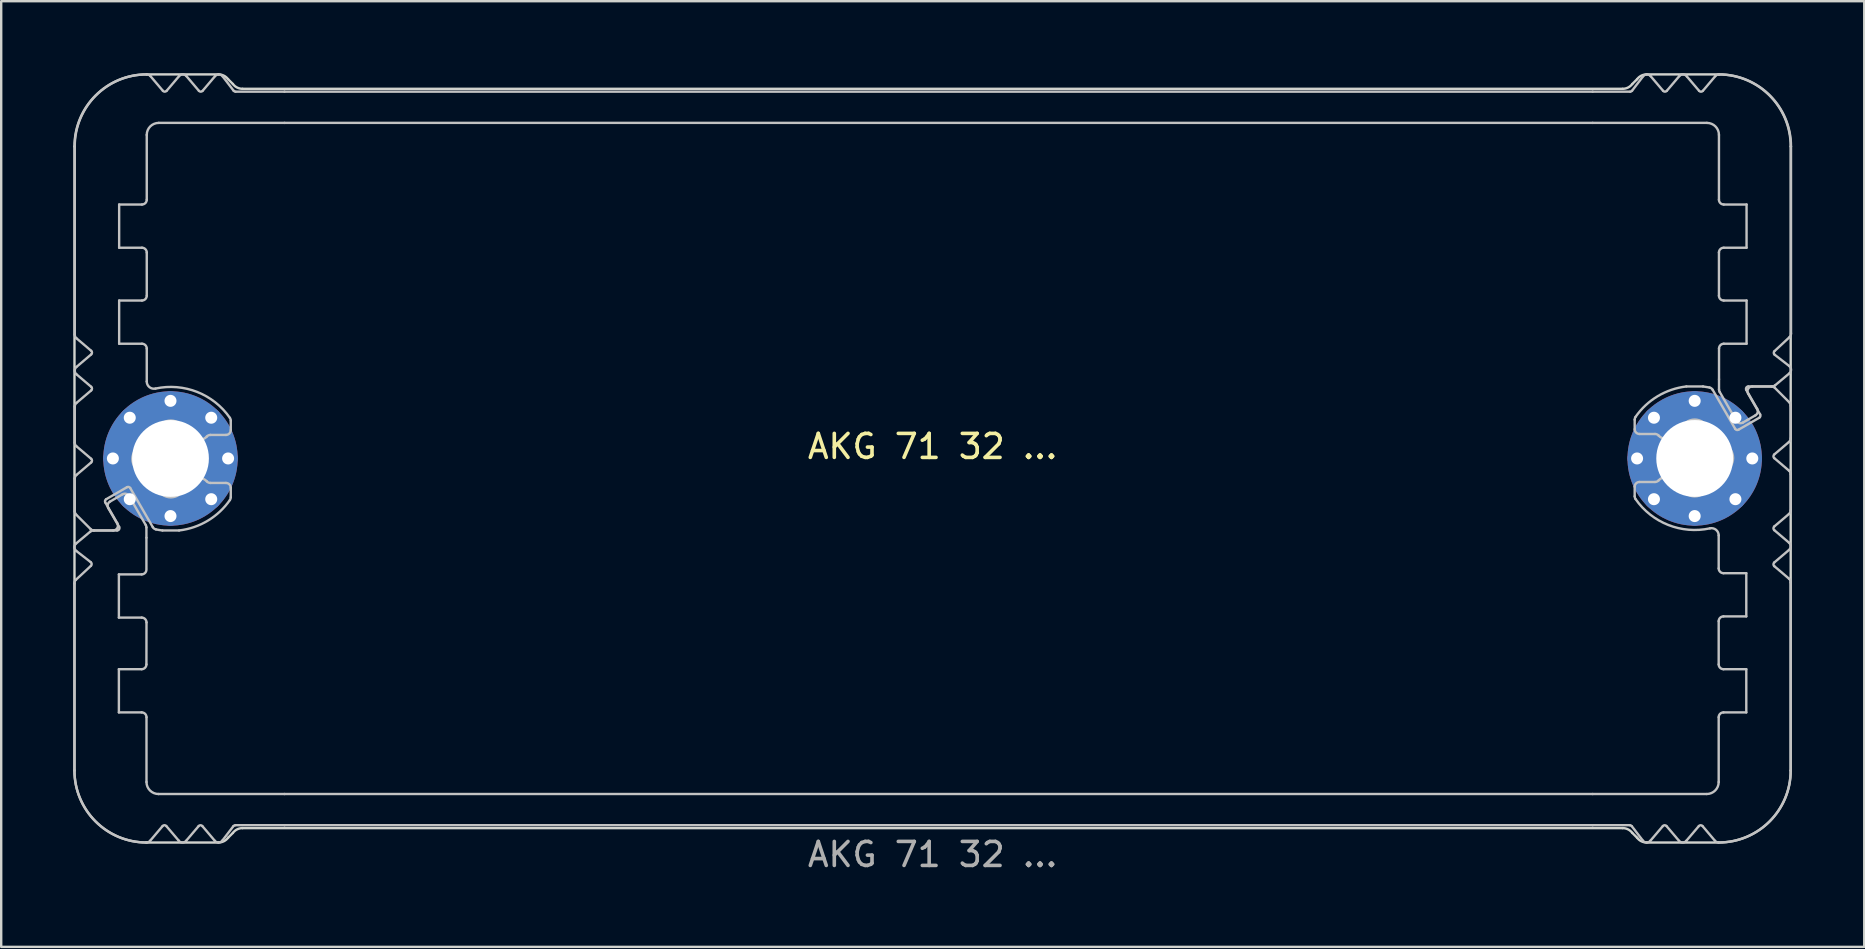
<source format=kicad_pcb>
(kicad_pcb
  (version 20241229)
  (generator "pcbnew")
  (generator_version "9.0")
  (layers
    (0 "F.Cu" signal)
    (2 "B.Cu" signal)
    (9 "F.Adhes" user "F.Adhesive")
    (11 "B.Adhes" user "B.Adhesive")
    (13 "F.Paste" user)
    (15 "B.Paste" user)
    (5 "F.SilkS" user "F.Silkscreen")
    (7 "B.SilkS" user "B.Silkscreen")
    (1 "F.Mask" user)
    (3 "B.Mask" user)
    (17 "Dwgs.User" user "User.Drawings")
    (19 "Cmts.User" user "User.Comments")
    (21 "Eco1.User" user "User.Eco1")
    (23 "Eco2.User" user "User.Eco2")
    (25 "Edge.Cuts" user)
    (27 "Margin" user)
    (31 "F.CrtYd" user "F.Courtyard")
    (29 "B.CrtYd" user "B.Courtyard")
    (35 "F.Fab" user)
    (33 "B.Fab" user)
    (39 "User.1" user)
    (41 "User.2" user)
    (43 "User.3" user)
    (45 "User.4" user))
  (footprint "AKG 71 32 ..."
    (layer "F.Cu")
    (at 35.803 16.05)
    (property "Reference" "AKG 71 32 ..." (at 0 -0.5 0) (unlocked yes) (layer "F.SilkS") (effects (font (size 1 1) (thickness 0.15))))
    (attr exclude_from_pos_files dnp)
    (fp_rect (start -28.25 -15.3) (end 27.704 -14) (stroke (width 0.1) (type solid)) (fill yes) (layer "B.Mask"))
    (fp_rect (start -28.2 14) (end 27.704 15.3) (stroke (width 0.1) (type solid)) (fill yes) (layer "B.Mask"))
    (fp_poly (pts (xy -29.15 -15.3) (xy -28.25 -15.3) (xy -28.25 -14) (xy -32.75 -14) (xy -32.75 -16) (xy -32.05 -15.2) (xy -31.3 -16) (xy -30.55 -15.2) (xy -29.8 -16)) (stroke (width 0.1) (type solid)) (fill yes) (layer "B.Mask"))
    (fp_poly (pts (xy -29.1 15.3) (xy -28.2 15.3) (xy -28.2 14) (xy -32.7 14) (xy -32.7 16) (xy -32 15.2) (xy -31.25 16) (xy -30.5 15.2) (xy -29.75 16)) (stroke (width 0.1) (type solid)) (fill yes) (layer "B.Mask"))
    (fp_poly (pts (xy 29.104 -15.3) (xy 27.704 -15.3) (xy 27.704 -14) (xy 32.704 -14) (xy 32.704 -16) (xy 32.004 -15.2) (xy 31.254 -16) (xy 30.504 -15.2) (xy 29.754 -16)) (stroke (width 0.1) (type solid)) (fill yes) (layer "B.Mask"))
    (fp_poly (pts (xy 29.104 15.3) (xy 27.704 15.3) (xy 27.704 14) (xy 32.704 14) (xy 32.704 16) (xy 32.004 15.2) (xy 31.254 16) (xy 30.504 15.2) (xy 29.754 16)) (stroke (width 0.1) (type solid)) (fill yes) (layer "B.Mask"))
    (fp_poly (pts (xy -32.8 10.6) (xy -33.9 10.6) (xy -33.9 8.8) (xy -32.8 8.8) (xy -32.796 6.7) (xy -33.896 6.7) (xy -33.896 4.7) (xy -32.796 4.7) (xy -32.796 0.1) (xy -34.896 0.1) (xy -35.696 0.8) (xy -35.696 2.2) (xy -34.896 3) (xy -35.696 3.7) (xy -34.896 4.4) (xy -35.696 5.1) (xy -35.696 16) (xy -32.796 16)) (stroke (width 0.1) (type solid)) (fill yes) (layer "B.Mask"))
    (fp_poly (pts (xy -32.796 -10.6) (xy -33.8 -10.6) (xy -33.8 -8.8) (xy -32.8 -8.8) (xy -32.796 -6.7) (xy -33.896 -6.7) (xy -33.896 -4.7) (xy -32.796 -4.7) (xy -32.796 0.1) (xy -34.896 0.1) (xy -35.696 -0.6) (xy -35.696 -2.2) (xy -34.796 -2.9) (xy -35.696 -3.7) (xy -34.896 -4.4) (xy -35.696 -5.1) (xy -35.696 -16) (xy -32.796 -16)) (stroke (width 0.1) (type solid)) (fill yes) (layer "B.Mask"))
    (fp_poly (pts (xy 32.804 -10.6) (xy 33.9 -10.6) (xy 33.9 -8.8) (xy 32.8 -8.8) (xy 32.804 -6.7) (xy 33.904 -6.7) (xy 33.904 -4.7) (xy 32.804 -4.7) (xy 32.804 -0.1) (xy 34.904 -0.1) (xy 35.704 -0.8) (xy 35.704 -2.2) (xy 34.904 -3) (xy 35.704 -3.7) (xy 34.904 -4.4) (xy 35.704 -5.1) (xy 35.704 -16) (xy 32.804 -16)) (stroke (width 0.1) (type solid)) (fill yes) (layer "B.Mask"))
    (fp_poly (pts (xy 32.804 10.6) (xy 33.9 10.6) (xy 33.9 8.8) (xy 32.8 8.8) (xy 32.804 6.7) (xy 33.904 6.7) (xy 33.904 4.7) (xy 32.804 4.7) (xy 32.804 -0.1) (xy 34.904 -0.1) (xy 35.704 0.6) (xy 35.704 2.2) (xy 34.804 2.9) (xy 35.704 3.7) (xy 34.904 4.4) (xy 35.704 5.1) (xy 35.704 16) (xy 32.804 16)) (stroke (width 0.1) (type solid)) (fill yes) (layer "B.Mask"))
    (fp_line (start -35.752 13) (end -35.752 5.214) (stroke (width 0.1) (type solid)) (layer "Dwgs.User"))
    (fp_line (start -35.739 -0.66) (end -35.739 -2.16) (stroke (width 0.1) (type solid)) (layer "Dwgs.User"))
    (fp_line (start -35.739 2.197) (end -35.739 0.84) (stroke (width 0.1) (type solid)) (layer "Dwgs.User"))
    (fp_line (start -35.739 -5.171) (end -35.738 -12.959) (stroke (width 0.1) (type solid)) (layer "Dwgs.User"))
    (fp_line (start -35.689 5.053) (end -35.065 4.473) (stroke (width 0.1) (type solid)) (layer "Dwgs.User"))
    (fp_line (start -35.683 3.543) (end -35.089 3.046) (stroke (width 0.1) (type solid)) (layer "Dwgs.User"))
    (fp_line (start -35.669 -3.812) (end -35.055 -4.334) (stroke (width 0.1) (type solid)) (layer "Dwgs.User"))
    (fp_line (start -35.669 -2.312) (end -35.055 -2.834) (stroke (width 0.1) (type solid)) (layer "Dwgs.User"))
    (fp_line (start -35.669 0.688) (end -35.055 0.166) (stroke (width 0.1) (type solid)) (layer "Dwgs.User"))
    (fp_line (start -35.078 2.941) (end -35.681 2.339) (stroke (width 0.1) (type solid)) (layer "Dwgs.User"))
    (fp_line (start -35.072 4.321) (end -35.675 3.853) (stroke (width 0.1) (type solid)) (layer "Dwgs.User"))
    (fp_line (start -35.055 -4.486) (end -35.669 -5.008) (stroke (width 0.1) (type solid)) (layer "Dwgs.User"))
    (fp_line (start -35.055 -2.986) (end -35.669 -3.508) (stroke (width 0.1) (type solid)) (layer "Dwgs.User"))
    (fp_line (start -35.055 0.014) (end -35.669 -0.508) (stroke (width 0.1) (type solid)) (layer "Dwgs.User"))
    (fp_line (start -34.96 3) (end -33.977 3) (stroke (width 0.1) (type solid)) (layer "Dwgs.User"))
    (fp_line (start -34.466 1.834) (end -33.966 2.7) (stroke (width 0.1) (type solid)) (layer "Dwgs.User"))
    (fp_line (start -34.268 1.795) (end -33.933 1.602) (stroke (width 0.1) (type solid)) (layer "Dwgs.User"))
    (fp_line (start -34.139 3) (end -34.936 3) (stroke (width 0.1) (type solid)) (layer "Dwgs.User"))
    (fp_line (start -33.933 1.602) (end -33.749 1.495) (stroke (width 0.1) (type solid)) (layer "Dwgs.User"))
    (fp_line (start -33.9 4.83) (end -33.9 6.63) (stroke (width 0.1) (type solid)) (layer "Dwgs.User"))
    (fp_line (start -33.9 6.63) (end -32.95 6.63) (stroke (width 0.1) (type solid)) (layer "Dwgs.User"))
    (fp_line (start -33.9 8.78) (end -33.9 10.58) (stroke (width 0.1) (type solid)) (layer "Dwgs.User"))
    (fp_line (start -33.9 10.58) (end -32.95 10.58) (stroke (width 0.1) (type solid)) (layer "Dwgs.User"))
    (fp_line (start -33.89 2.85) (end -34.342 2.068) (stroke (width 0.1) (type solid)) (layer "Dwgs.User"))
    (fp_line (start -33.889 -10.58) (end -33.889 -8.78) (stroke (width 0.1) (type solid)) (layer "Dwgs.User"))
    (fp_line (start -33.889 -8.78) (end -32.939 -8.78) (stroke (width 0.1) (type solid)) (layer "Dwgs.User"))
    (fp_line (start -33.889 -6.58) (end -33.889 -4.78) (stroke (width 0.1) (type solid)) (layer "Dwgs.User"))
    (fp_line (start -33.889 -4.78) (end -32.939 -4.78) (stroke (width 0.1) (type solid)) (layer "Dwgs.User"))
    (fp_line (start -33.563 1.197) (end -34.429 1.697) (stroke (width 0.1) (type solid)) (layer "Dwgs.User"))
    (fp_line (start -33.475 1.568) (end -32.78 2.773) (stroke (width 0.1) (type solid)) (layer "Dwgs.User"))
    (fp_line (start -32.953 4.83) (end -33.9 4.83) (stroke (width 0.1) (type solid)) (layer "Dwgs.User"))
    (fp_line (start -32.953 8.78) (end -33.9 8.78) (stroke (width 0.1) (type solid)) (layer "Dwgs.User"))
    (fp_line (start -32.939 -10.58) (end -33.889 -10.58) (stroke (width 0.1) (type solid)) (layer "Dwgs.User"))
    (fp_line (start -32.939 -6.58) (end -33.889 -6.58) (stroke (width 0.1) (type solid)) (layer "Dwgs.User"))
    (fp_line (start -32.753 2.873) (end -32.753 3.3) (stroke (width 0.1) (type solid)) (layer "Dwgs.User"))
    (fp_line (start -32.753 3.305) (end -32.753 4.58) (stroke (width 0.1) (type solid)) (layer "Dwgs.User"))
    (fp_line (start -32.752 16) (end -32.752 16) (stroke (width 0.1) (type solid)) (layer "Dwgs.User"))
    (fp_line (start -32.751 16) (end -32.752 16) (stroke (width 0.1) (type solid)) (layer "Dwgs.User"))
    (fp_line (start -32.75 6.83) (end -32.753 8.58) (stroke (width 0.1) (type solid)) (layer "Dwgs.User"))
    (fp_line (start -32.75 10.78) (end -32.75 13.48) (stroke (width 0.1) (type solid)) (layer "Dwgs.User"))
    (fp_line (start -32.739 -13.48) (end -32.739 -10.78) (stroke (width 0.1) (type solid)) (layer "Dwgs.User"))
    (fp_line (start -32.739 -8.58) (end -32.739 -6.78) (stroke (width 0.1) (type solid)) (layer "Dwgs.User"))
    (fp_line (start -32.739 -4.58) (end -32.739 -3.205) (stroke (width 0.1) (type solid)) (layer "Dwgs.User"))
    (fp_line (start -32.586 -15.929) (end -32.065 -15.315) (stroke (width 0.1) (type solid)) (layer "Dwgs.User"))
    (fp_line (start -32.488 2.86) (end -33.427 1.234) (stroke (width 0.1) (type solid)) (layer "Dwgs.User"))
    (fp_line (start -32.25 13.98) (end -27 13.98) (stroke (width 0.1) (type solid)) (layer "Dwgs.User"))
    (fp_line (start -32.079 15.315) (end -32.599 15.929) (stroke (width 0.1) (type solid)) (layer "Dwgs.User"))
    (fp_line (start -31.913 -15.315) (end -31.392 -15.929) (stroke (width 0.1) (type solid)) (layer "Dwgs.User"))
    (fp_line (start -31.414 15.914) (end -31.924 15.315) (stroke (width 0.1) (type solid)) (layer "Dwgs.User"))
    (fp_line (start -31.393 3) (end -32.085 3) (stroke (width 0.1) (type solid)) (layer "Dwgs.User"))
    (fp_line (start -31.087 -15.929) (end -30.565 -15.315) (stroke (width 0.1) (type solid)) (layer "Dwgs.User"))
    (fp_line (start -30.576 15.315) (end -31.098 15.929) (stroke (width 0.1) (type solid)) (layer "Dwgs.User"))
    (fp_line (start -30.413 -15.315) (end -29.892 -15.929) (stroke (width 0.1) (type solid)) (layer "Dwgs.User"))
    (fp_line (start -30.088 1.02) (end -29.439 1.02) (stroke (width 0.1) (type solid)) (layer "Dwgs.User"))
    (fp_line (start -29.903 15.929) (end -30.424 15.315) (stroke (width 0.1) (type solid)) (layer "Dwgs.User"))
    (fp_line (start -29.58 -15.922) (end -29.119 -15.319) (stroke (width 0.1) (type solid)) (layer "Dwgs.User"))
    (fp_line (start -29.439 -0.98) (end -30.088 -0.98) (stroke (width 0.1) (type solid)) (layer "Dwgs.User"))
    (fp_line (start -29.239 -1.577) (end -29.239 -1.18) (stroke (width 0.1) (type solid)) (layer "Dwgs.User"))
    (fp_line (start -29.239 1.22) (end -29.239 1.617) (stroke (width 0.1) (type solid)) (layer "Dwgs.User"))
    (fp_line (start -29.129 15.319) (end -29.591 15.922) (stroke (width 0.1) (type solid)) (layer "Dwgs.User"))
    (fp_line (start -29.039 -15.28) (end -27 -15.28) (stroke (width 0.1) (type solid)) (layer "Dwgs.User"))
    (fp_line (start -27 -15.28) (end 27.5 -15.28) (stroke (width 0.1) (type solid)) (layer "Dwgs.User"))
    (fp_line (start -27 -13.98) (end -32.239 -13.98) (stroke (width 0.1) (type solid)) (layer "Dwgs.User"))
    (fp_line (start -27 -13.98) (end 27.5 -13.98) (stroke (width 0.1) (type solid)) (layer "Dwgs.User"))
    (fp_line (start -27 13.98) (end 27.5 13.98) (stroke (width 0.1) (type solid)) (layer "Dwgs.User"))
    (fp_line (start -27 15.28) (end -29.05 15.28) (stroke (width 0.1) (type solid)) (layer "Dwgs.User"))
    (fp_line (start -27 15.28) (end 27.5 15.28) (stroke (width 0.1) (type solid)) (layer "Dwgs.User"))
    (fp_line (start 27.5 -15.28) (end 29.059 -15.28) (stroke (width 0.1) (type solid)) (layer "Dwgs.User"))
    (fp_line (start 27.5 -13.98) (end 32.261 -13.98) (stroke (width 0.1) (type solid)) (layer "Dwgs.User"))
    (fp_line (start 27.5 13.98) (end 32.241 13.98) (stroke (width 0.1) (type solid)) (layer "Dwgs.User"))
    (fp_line (start 27.5 15.28) (end 29.05 15.28) (stroke (width 0.1) (type solid)) (layer "Dwgs.User"))
    (fp_line (start 29.14 -15.319) (end 29.602 -15.922) (stroke (width 0.1) (type solid)) (layer "Dwgs.User"))
    (fp_line (start 29.25 -1.22) (end 29.25 -1.617) (stroke (width 0.1) (type solid)) (layer "Dwgs.User"))
    (fp_line (start 29.25 1.577) (end 29.25 1.18) (stroke (width 0.1) (type solid)) (layer "Dwgs.User"))
    (fp_line (start 29.45 0.98) (end 30.099 0.98) (stroke (width 0.1) (type solid)) (layer "Dwgs.User"))
    (fp_line (start 29.591 15.922) (end 29.129 15.319) (stroke (width 0.1) (type solid)) (layer "Dwgs.User"))
    (fp_line (start 29.913 -15.929) (end 30.435 -15.315) (stroke (width 0.1) (type solid)) (layer "Dwgs.User"))
    (fp_line (start 30.099 -1.02) (end 29.45 -1.02) (stroke (width 0.1) (type solid)) (layer "Dwgs.User"))
    (fp_line (start 30.424 15.315) (end 29.902 15.929) (stroke (width 0.1) (type solid)) (layer "Dwgs.User"))
    (fp_line (start 30.587 -15.315) (end 31.108 -15.929) (stroke (width 0.1) (type solid)) (layer "Dwgs.User"))
    (fp_line (start 31.097 15.929) (end 30.576 15.315) (stroke (width 0.1) (type solid)) (layer "Dwgs.User"))
    (fp_line (start 31.404 -3) (end 32.096 -3) (stroke (width 0.1) (type solid)) (layer "Dwgs.User"))
    (fp_line (start 31.425 -15.914) (end 31.935 -15.315) (stroke (width 0.1) (type solid)) (layer "Dwgs.User"))
    (fp_line (start 31.924 15.315) (end 31.402 15.929) (stroke (width 0.1) (type solid)) (layer "Dwgs.User"))
    (fp_line (start 32.09 -15.315) (end 32.61 -15.929) (stroke (width 0.1) (type solid)) (layer "Dwgs.User"))
    (fp_line (start 32.499 -2.86) (end 33.438 -1.234) (stroke (width 0.1) (type solid)) (layer "Dwgs.User"))
    (fp_line (start 32.596 15.929) (end 32.076 15.315) (stroke (width 0.1) (type solid)) (layer "Dwgs.User"))
    (fp_line (start 32.75 4.58) (end 32.75 3.205) (stroke (width 0.1) (type solid)) (layer "Dwgs.User"))
    (fp_line (start 32.75 6.78) (end 32.75 8.577) (stroke (width 0.1) (type solid)) (layer "Dwgs.User"))
    (fp_line (start 32.75 13.48) (end 32.75 10.78) (stroke (width 0.1) (type solid)) (layer "Dwgs.User"))
    (fp_line (start 32.761 -10.78) (end 32.761 -13.48) (stroke (width 0.1) (type solid)) (layer "Dwgs.User"))
    (fp_line (start 32.761 -6.78) (end 32.761 -8.58) (stroke (width 0.1) (type solid)) (layer "Dwgs.User"))
    (fp_line (start 32.762 -16) (end 32.762 -16) (stroke (width 0.1) (type solid)) (layer "Dwgs.User"))
    (fp_line (start 32.762 -16) (end 32.763 -16) (stroke (width 0.1) (type solid)) (layer "Dwgs.User"))
    (fp_line (start 32.764 -3.305) (end 32.764 -4.58) (stroke (width 0.1) (type solid)) (layer "Dwgs.User"))
    (fp_line (start 32.764 -2.873) (end 32.764 -3.3) (stroke (width 0.1) (type solid)) (layer "Dwgs.User"))
    (fp_line (start 32.95 6.58) (end 33.9 6.58) (stroke (width 0.1) (type solid)) (layer "Dwgs.User"))
    (fp_line (start 32.95 10.58) (end 33.9 10.58) (stroke (width 0.1) (type solid)) (layer "Dwgs.User"))
    (fp_line (start 32.964 -4.78) (end 33.911 -4.78) (stroke (width 0.1) (type solid)) (layer "Dwgs.User"))
    (fp_line (start 32.971 -8.78) (end 33.911 -8.78) (stroke (width 0.1) (type solid)) (layer "Dwgs.User"))
    (fp_line (start 33.486 -1.568) (end 32.791 -2.773) (stroke (width 0.1) (type solid)) (layer "Dwgs.User"))
    (fp_line (start 33.574 -1.197) (end 34.44 -1.697) (stroke (width 0.1) (type solid)) (layer "Dwgs.User"))
    (fp_line (start 33.9 4.78) (end 32.95 4.78) (stroke (width 0.1) (type solid)) (layer "Dwgs.User"))
    (fp_line (start 33.9 6.58) (end 33.9 4.78) (stroke (width 0.1) (type solid)) (layer "Dwgs.User"))
    (fp_line (start 33.9 8.78) (end 32.95 8.78) (stroke (width 0.1) (type solid)) (layer "Dwgs.User"))
    (fp_line (start 33.9 10.58) (end 33.9 8.78) (stroke (width 0.1) (type solid)) (layer "Dwgs.User"))
    (fp_line (start 33.901 -2.85) (end 34.352 -2.068) (stroke (width 0.1) (type solid)) (layer "Dwgs.User"))
    (fp_line (start 33.911 -10.58) (end 32.961 -10.58) (stroke (width 0.1) (type solid)) (layer "Dwgs.User"))
    (fp_line (start 33.911 -8.78) (end 33.911 -10.58) (stroke (width 0.1) (type solid)) (layer "Dwgs.User"))
    (fp_line (start 33.911 -6.58) (end 32.961 -6.58) (stroke (width 0.1) (type solid)) (layer "Dwgs.User"))
    (fp_line (start 33.911 -4.78) (end 33.911 -6.58) (stroke (width 0.1) (type solid)) (layer "Dwgs.User"))
    (fp_line (start 33.944 -1.602) (end 33.759 -1.495) (stroke (width 0.1) (type solid)) (layer "Dwgs.User"))
    (fp_line (start 34.15 -3) (end 34.947 -3) (stroke (width 0.1) (type solid)) (layer "Dwgs.User"))
    (fp_line (start 34.279 -1.795) (end 33.944 -1.602) (stroke (width 0.1) (type solid)) (layer "Dwgs.User"))
    (fp_line (start 34.477 -1.834) (end 33.977 -2.7) (stroke (width 0.1) (type solid)) (layer "Dwgs.User"))
    (fp_line (start 34.971 -3) (end 33.988 -3) (stroke (width 0.1) (type solid)) (layer "Dwgs.User"))
    (fp_line (start 35.065 -0.014) (end 35.679 0.508) (stroke (width 0.1) (type solid)) (layer "Dwgs.User"))
    (fp_line (start 35.065 2.986) (end 35.679 3.508) (stroke (width 0.1) (type solid)) (layer "Dwgs.User"))
    (fp_line (start 35.065 4.486) (end 35.679 5.008) (stroke (width 0.1) (type solid)) (layer "Dwgs.User"))
    (fp_line (start 35.083 -4.321) (end 35.686 -3.853) (stroke (width 0.1) (type solid)) (layer "Dwgs.User"))
    (fp_line (start 35.089 -2.941) (end 35.691 -2.339) (stroke (width 0.1) (type solid)) (layer "Dwgs.User"))
    (fp_line (start 35.679 -0.688) (end 35.065 -0.166) (stroke (width 0.1) (type solid)) (layer "Dwgs.User"))
    (fp_line (start 35.679 2.312) (end 35.065 2.834) (stroke (width 0.1) (type solid)) (layer "Dwgs.User"))
    (fp_line (start 35.679 3.812) (end 35.065 4.334) (stroke (width 0.1) (type solid)) (layer "Dwgs.User"))
    (fp_line (start 35.693 -3.543) (end 35.099 -3.047) (stroke (width 0.1) (type solid)) (layer "Dwgs.User"))
    (fp_line (start 35.7 -5.053) (end 35.076 -4.473) (stroke (width 0.1) (type solid)) (layer "Dwgs.User"))
    (fp_line (start 35.75 5.171) (end 35.749 13) (stroke (width 0.1) (type solid)) (layer "Dwgs.User"))
    (fp_line (start 35.75 -2.197) (end 35.75 -0.84) (stroke (width 0.1) (type solid)) (layer "Dwgs.User"))
    (fp_line (start 35.75 0.66) (end 35.75 2.16) (stroke (width 0.1) (type solid)) (layer "Dwgs.User"))
    (fp_line (start 35.763 -13) (end 35.763 -5.215) (stroke (width 0.1) (type solid)) (layer "Dwgs.User"))
    (fp_arc (start -35.752431 5.214496) (mid -35.73921 5.126511) (end -35.689103 5.05299) (stroke (width 0.1) (type solid)) (layer "Dwgs.User"))
    (fp_arc (start -35.73919 -2.16003) (mid -35.720691 -2.24403) (end -35.668628 -2.312496) (stroke (width 0.1) (type solid)) (layer "Dwgs.User"))
    (fp_arc (start -35.73919 0.83997) (mid -35.720691 0.75597) (end -35.668628 0.687504) (stroke (width 0.1) (type solid)) (layer "Dwgs.User"))
    (fp_arc (start -35.738629 -13.00003) (mid -34.859776 -15.121528) (end -32.738132 -16.00003) (stroke (width 0.1) (type solid)) (layer "Dwgs.User"))
    (fp_arc (start -35.680611 2.338548) (mid -35.723952 2.273658) (end -35.73919 2.197127) (stroke (width 0.1) (type solid)) (layer "Dwgs.User"))
    (fp_arc (start -35.675499 3.853059) (mid -35.752937 3.699538) (end -35.682592 3.542641) (stroke (width 0.1) (type solid)) (layer "Dwgs.User"))
    (fp_arc (start -35.668628 -5.007564) (mid -35.723021 -5.081251) (end -35.738863 -5.171459) (stroke (width 0.1) (type solid)) (layer "Dwgs.User"))
    (fp_arc (start -35.668628 -3.507564) (mid -35.739188 -3.66003) (end -35.668628 -3.812496) (stroke (width 0.1) (type solid)) (layer "Dwgs.User"))
    (fp_arc (start -35.668628 -0.507564) (mid -35.720694 -0.576029) (end -35.73919 -0.66003) (stroke (width 0.1) (type solid)) (layer "Dwgs.User"))
    (fp_arc (start -35.088668 3.046481) (mid -35.028648 3.011946) (end -34.960445 2.99997) (stroke (width 0.1) (type solid)) (layer "Dwgs.User"))
    (fp_arc (start -35.071739 4.320925) (mid -35.033088 4.395508) (end -35.064937 4.473239) (stroke (width 0.1) (type solid)) (layer "Dwgs.User"))
    (fp_arc (start -35.054583 -4.486263) (mid -35.019295 -4.41003) (end -35.054583 -4.333797) (stroke (width 0.1) (type solid)) (layer "Dwgs.User"))
    (fp_arc (start -35.054583 -2.986263) (mid -35.019295 -2.91003) (end -35.054583 -2.833797) (stroke (width 0.1) (type solid)) (layer "Dwgs.User"))
    (fp_arc (start -35.054583 0.013737) (mid -35.019295 0.08997) (end -35.054583 0.166203) (stroke (width 0.1) (type solid)) (layer "Dwgs.User"))
    (fp_arc (start -34.936347 2.99997) (mid -35.012877 2.984729) (end -35.077769 2.941391) (stroke (width 0.1) (type solid)) (layer "Dwgs.User"))
    (fp_arc (start -34.465985 1.833944) (mid -34.475952 1.758068) (end -34.429382 1.697342) (stroke (width 0.1) (type solid)) (layer "Dwgs.User"))
    (fp_arc (start -34.341514 2.068343) (mid -34.361468 1.916586) (end -34.268309 1.795138) (stroke (width 0.1) (type solid)) (layer "Dwgs.User"))
    (fp_arc (start -33.965985 2.69997) (mid -33.965978 2.899974) (end -34.13919 2.99997) (stroke (width 0.1) (type solid)) (layer "Dwgs.User"))
    (fp_arc (start -33.890241 2.84997) (mid -33.890233 2.949975) (end -33.976844 2.99997) (stroke (width 0.1) (type solid)) (layer "Dwgs.User"))
    (fp_arc (start -33.748694 1.495138) (mid -33.596932 1.475166) (end -33.475489 1.568343) (stroke (width 0.1) (type solid)) (layer "Dwgs.User"))
    (fp_arc (start -33.563357 1.197342) (mid -33.487485 1.187387) (end -33.426754 1.233944) (stroke (width 0.1) (type solid)) (layer "Dwgs.User"))
    (fp_arc (start -32.950049 6.62997) (mid -32.808651 6.688572) (end -32.750049 6.82997) (stroke (width 0.1) (type solid)) (layer "Dwgs.User"))
    (fp_arc (start -32.950049 10.57997) (mid -32.808651 10.638572) (end -32.750049 10.77997) (stroke (width 0.1) (type solid)) (layer "Dwgs.User"))
    (fp_arc (start -32.93919 -8.78003) (mid -32.797772 -8.721448) (end -32.73919 -8.58003) (stroke (width 0.1) (type solid)) (layer "Dwgs.User"))
    (fp_arc (start -32.93919 -4.78003) (mid -32.797772 -4.721448) (end -32.73919 -4.58003) (stroke (width 0.1) (type solid)) (layer "Dwgs.User"))
    (fp_arc (start -32.90419 -0.556897) (mid -32.658426 -0.899266) (end -32.316057 -1.14503) (stroke (width 0.1) (type solid)) (layer "Dwgs.User"))
    (fp_arc (start -32.90419 0.596836) (mid -33.339189 0.01997) (end -32.90419 -0.556897) (stroke (width 0.1) (type solid)) (layer "Dwgs.User"))
    (fp_arc (start -32.779787 2.773333) (mid -32.759797 2.821567) (end -32.752992 2.873333) (stroke (width 0.1) (type solid)) (layer "Dwgs.User"))
    (fp_arc (start -32.752992 4.62997) (mid -32.811565 4.771397) (end -32.952992 4.82997) (stroke (width 0.1) (type solid)) (layer "Dwgs.User"))
    (fp_arc (start -32.752992 8.57997) (mid -32.811565 8.721397) (end -32.952992 8.77997) (stroke (width 0.1) (type solid)) (layer "Dwgs.User"))
    (fp_arc (start -32.751935 15.99997) (mid -34.873559 15.121448) (end -35.752431 12.99997) (stroke (width 0.1) (type solid)) (layer "Dwgs.User"))
    (fp_arc (start -32.73919 -13.48003) (mid -32.592738 -13.833578) (end -32.23919 -13.98003) (stroke (width 0.1) (type solid)) (layer "Dwgs.User"))
    (fp_arc (start -32.73919 -10.78003) (mid -32.797762 -10.638602) (end -32.93919 -10.58003) (stroke (width 0.1) (type solid)) (layer "Dwgs.User"))
    (fp_arc (start -32.73919 -6.78003) (mid -32.797762 -6.638602) (end -32.93919 -6.58003) (stroke (width 0.1) (type solid)) (layer "Dwgs.User"))
    (fp_arc (start -32.738132 -16.00003) (mid -32.654059 -15.98147) (end -32.585563 -15.929306) (stroke (width 0.1) (type solid)) (layer "Dwgs.User"))
    (fp_arc (start -32.599192 15.929246) (mid -32.667408 15.9813) (end -32.751161 15.999969) (stroke (width 0.1) (type solid)) (layer "Dwgs.User"))
    (fp_arc (start -32.375554 -2.911761) (mid -32.627487 -2.97138) (end -32.73919 -3.204934) (stroke (width 0.1) (type solid)) (layer "Dwgs.User"))
    (fp_arc (start -32.375554 -2.911761) (mid -30.640142 -2.771458) (end -29.274904 -1.690965) (stroke (width 0.1) (type solid)) (layer "Dwgs.User"))
    (fp_arc (start -32.355732 2.955932) (mid -32.431984 2.922143) (end -32.487834 2.860201) (stroke (width 0.1) (type solid)) (layer "Dwgs.User"))
    (fp_arc (start -32.316057 -1.14503) (mid -31.73919 -1.58003) (end -31.162323 -1.14503) (stroke (width 0.1) (type solid)) (layer "Dwgs.User"))
    (fp_arc (start -32.316057 1.18497) (mid -32.65843 0.939209) (end -32.90419 0.596836) (stroke (width 0.1) (type solid)) (layer "Dwgs.User"))
    (fp_arc (start -32.250049 13.97997) (mid -32.603577 13.833498) (end -32.750049 13.47997) (stroke (width 0.1) (type solid)) (layer "Dwgs.User"))
    (fp_arc (start -32.085022 2.99997) (mid -32.220881 2.981048) (end -32.355732 2.955932) (stroke (width 0.1) (type solid)) (layer "Dwgs.User"))
    (fp_arc (start -32.079121 15.315332) (mid -32.001541 15.278264) (end -31.923885 15.315171) (stroke (width 0.1) (type solid)) (layer "Dwgs.User"))
    (fp_arc (start -31.912951 -15.315318) (mid -31.989181 -15.280019) (end -32.065417 -15.315305) (stroke (width 0.1) (type solid)) (layer "Dwgs.User"))
    (fp_arc (start -31.391667 -15.929455) (mid -31.23919 -16.000029) (end -31.086712 -15.929455) (stroke (width 0.1) (type solid)) (layer "Dwgs.User"))
    (fp_arc (start -31.162323 -1.14503) (mid -30.980199 -1.035459) (end -30.818362 -0.897677) (stroke (width 0.1) (type solid)) (layer "Dwgs.User"))
    (fp_arc (start -31.162323 1.18497) (mid -31.73919 1.61997) (end -32.316057 1.18497) (stroke (width 0.1) (type solid)) (layer "Dwgs.User"))
    (fp_arc (start -31.097571 15.929394) (mid -31.259557 15.999707) (end -31.414131 15.914325) (stroke (width 0.1) (type solid)) (layer "Dwgs.User"))
    (fp_arc (start -30.818362 0.937617) (mid -30.980203 1.075392) (end -31.162323 1.18497) (stroke (width 0.1) (type solid)) (layer "Dwgs.User"))
    (fp_arc (start -30.818362 0.937617) (mid -30.524243 0.820096) (end -30.236888 0.953303) (stroke (width 0.1) (type solid)) (layer "Dwgs.User"))
    (fp_arc (start -30.576288 15.315258) (mid -30.500049 15.27997) (end -30.42381 15.315258) (stroke (width 0.1) (type solid)) (layer "Dwgs.User"))
    (fp_arc (start -30.412951 -15.315318) (mid -30.48919 -15.28003) (end -30.565429 -15.315318) (stroke (width 0.1) (type solid)) (layer "Dwgs.User"))
    (fp_arc (start -30.236888 -0.913364) (mid -30.524244 -0.780195) (end -30.818362 -0.897677) (stroke (width 0.1) (type solid)) (layer "Dwgs.User"))
    (fp_arc (start -30.236888 -0.913364) (mid -30.169468 -0.962607) (end -30.087817 -0.98003) (stroke (width 0.1) (type solid)) (layer "Dwgs.User"))
    (fp_arc (start -30.087817 1.01997) (mid -30.169464 1.002537) (end -30.236888 0.953303) (stroke (width 0.1) (type solid)) (layer "Dwgs.User"))
    (fp_arc (start -29.891667 -15.929455) (mid -29.734216 -15.999958) (end -29.580466 -15.921713) (stroke (width 0.1) (type solid)) (layer "Dwgs.User"))
    (fp_arc (start -29.591325 15.921653) (mid -29.745076 15.999873) (end -29.902527 15.929394) (stroke (width 0.1) (type solid)) (layer "Dwgs.User"))
    (fp_arc (start -29.43919 1.01997) (mid -29.297772 1.078552) (end -29.23919 1.21997) (stroke (width 0.1) (type solid)) (layer "Dwgs.User"))
    (fp_arc (start -29.274904 -1.690965) (mid -29.248333 -1.636662) (end -29.23919 -1.576902) (stroke (width 0.1) (type solid)) (layer "Dwgs.User"))
    (fp_arc (start -29.274904 1.730904) (mid -30.197492 2.593529) (end -31.393358 2.99997) (stroke (width 0.1) (type solid)) (layer "Dwgs.User"))
    (fp_arc (start -29.23919 -1.18003) (mid -29.297762 -1.038602) (end -29.43919 -0.98003) (stroke (width 0.1) (type solid)) (layer "Dwgs.User"))
    (fp_arc (start -29.23919 1.616842) (mid -29.248317 1.676607) (end -29.274904 1.730904) (stroke (width 0.1) (type solid)) (layer "Dwgs.User"))
    (fp_arc (start -29.129411 15.319129) (mid -29.094304 15.290279) (end -29.050049 15.27997) (stroke (width 0.1) (type solid)) (layer "Dwgs.User"))
    (fp_arc (start -29.03919 -15.28003) (mid -29.08344 -15.29035) (end -29.118552 -15.319189) (stroke (width 0.1) (type solid)) (layer "Dwgs.User"))
    (fp_arc (start 29.049951 15.27997) (mid 29.094227 15.290252) (end 29.129313 15.319129) (stroke (width 0.1) (type solid)) (layer "Dwgs.User"))
    (fp_arc (start 29.140172 -15.319189) (mid 29.105063 -15.290348) (end 29.06081 -15.28003) (stroke (width 0.1) (type solid)) (layer "Dwgs.User"))
    (fp_arc (start 29.249951 -1.616902) (mid 29.259087 -1.676664) (end 29.285665 -1.730964) (stroke (width 0.1) (type solid)) (layer "Dwgs.User"))
    (fp_arc (start 29.249951 1.17997) (mid 29.308508 1.038521) (end 29.449951 0.97997) (stroke (width 0.1) (type solid)) (layer "Dwgs.User"))
    (fp_arc (start 29.285665 -1.730964) (mid 30.208253 -2.593587) (end 31.404119 -3.00003) (stroke (width 0.1) (type solid)) (layer "Dwgs.User"))
    (fp_arc (start 29.285665 1.690905) (mid 29.259084 1.636606) (end 29.249951 1.576842) (stroke (width 0.1) (type solid)) (layer "Dwgs.User"))
    (fp_arc (start 29.449951 -1.02003) (mid 29.308537 -1.078622) (end 29.249951 -1.22003) (stroke (width 0.1) (type solid)) (layer "Dwgs.User"))
    (fp_arc (start 29.602086 -15.921713) (mid 29.755833 -15.999949) (end 29.913288 -15.929455) (stroke (width 0.1) (type solid)) (layer "Dwgs.User"))
    (fp_arc (start 29.902429 15.929394) (mid 29.744997 15.999775) (end 29.591227 15.921653) (stroke (width 0.1) (type solid)) (layer "Dwgs.User"))
    (fp_arc (start 30.098578 -1.02003) (mid 30.180228 -1.002607) (end 30.247649 -0.953363) (stroke (width 0.1) (type solid)) (layer "Dwgs.User"))
    (fp_arc (start 30.247649 0.913304) (mid 30.180214 0.962507) (end 30.098578 0.97997) (stroke (width 0.1) (type solid)) (layer "Dwgs.User"))
    (fp_arc (start 30.247649 0.913304) (mid 30.535007 0.78012) (end 30.829123 0.897617) (stroke (width 0.1) (type solid)) (layer "Dwgs.User"))
    (fp_arc (start 30.423712 15.315258) (mid 30.499951 15.27997) (end 30.57619 15.315258) (stroke (width 0.1) (type solid)) (layer "Dwgs.User"))
    (fp_arc (start 30.587049 -15.315318) (mid 30.51081 -15.28003) (end 30.434571 -15.315318) (stroke (width 0.1) (type solid)) (layer "Dwgs.User"))
    (fp_arc (start 30.829123 -0.937677) (mid 30.535008 -0.820173) (end 30.247649 -0.953363) (stroke (width 0.1) (type solid)) (layer "Dwgs.User"))
    (fp_arc (start 30.829123 -0.937677) (mid 30.990963 -1.075455) (end 31.173084 -1.18503) (stroke (width 0.1) (type solid)) (layer "Dwgs.User"))
    (fp_arc (start 31.108333 -15.929455) (mid 31.270316 -15.999785) (end 31.424892 -15.914385) (stroke (width 0.1) (type solid)) (layer "Dwgs.User"))
    (fp_arc (start 31.173084 -1.18503) (mid 31.749951 -1.62003) (end 32.326818 -1.18503) (stroke (width 0.1) (type solid)) (layer "Dwgs.User"))
    (fp_arc (start 31.173084 1.14497) (mid 30.990968 1.035388) (end 30.829123 0.897617) (stroke (width 0.1) (type solid)) (layer "Dwgs.User"))
    (fp_arc (start 31.402429 15.929394) (mid 31.249951 15.99997) (end 31.097473 15.929394) (stroke (width 0.1) (type solid)) (layer "Dwgs.User"))
    (fp_arc (start 31.923712 15.315258) (mid 31.99996 15.279837) (end 32.076178 15.315245) (stroke (width 0.1) (type solid)) (layer "Dwgs.User"))
    (fp_arc (start 32.089882 -15.315392) (mid 32.012303 -15.278341) (end 31.934646 -15.315231) (stroke (width 0.1) (type solid)) (layer "Dwgs.User"))
    (fp_arc (start 32.095783 -3.00003) (mid 32.231641 -2.981105) (end 32.366493 -2.955992) (stroke (width 0.1) (type solid)) (layer "Dwgs.User"))
    (fp_arc (start 32.26081 -13.98003) (mid 32.614368 -13.833582) (end 32.76081 -13.48003) (stroke (width 0.1) (type solid)) (layer "Dwgs.User"))
    (fp_arc (start 32.326818 -1.18503) (mid 32.669174 -0.939253) (end 32.914951 -0.596896) (stroke (width 0.1) (type solid)) (layer "Dwgs.User"))
    (fp_arc (start 32.326818 1.14497) (mid 31.749951 1.57997) (end 31.173084 1.14497) (stroke (width 0.1) (type solid)) (layer "Dwgs.User"))
    (fp_arc (start 32.366493 -2.955992) (mid 32.44276 -2.922223) (end 32.498595 -2.860261) (stroke (width 0.1) (type solid)) (layer "Dwgs.User"))
    (fp_arc (start 32.386315 2.9117) (mid 30.650893 2.771423) (end 29.285665 1.690905) (stroke (width 0.1) (type solid)) (layer "Dwgs.User"))
    (fp_arc (start 32.386315 2.9117) (mid 32.638259 2.971301) (end 32.749951 3.204873) (stroke (width 0.1) (type solid)) (layer "Dwgs.User"))
    (fp_arc (start 32.609953 -15.929306) (mid 32.678161 -15.98137) (end 32.761922 -16.000029) (stroke (width 0.1) (type solid)) (layer "Dwgs.User"))
    (fp_arc (start 32.748893 15.99997) (mid 32.664817 15.981423) (end 32.596324 15.929246) (stroke (width 0.1) (type solid)) (layer "Dwgs.User"))
    (fp_arc (start 32.749951 6.77997) (mid 32.808508 6.638521) (end 32.949951 6.57997) (stroke (width 0.1) (type solid)) (layer "Dwgs.User"))
    (fp_arc (start 32.749951 10.77997) (mid 32.808508 10.638521) (end 32.949951 10.57997) (stroke (width 0.1) (type solid)) (layer "Dwgs.User"))
    (fp_arc (start 32.749951 13.47997) (mid 32.603547 13.83359) (end 32.249951 13.97997) (stroke (width 0.1) (type solid)) (layer "Dwgs.User"))
    (fp_arc (start 32.760815 -8.58026) (mid 32.819437 -8.721614) (end 32.960815 -8.78026) (stroke (width 0.1) (type solid)) (layer "Dwgs.User"))
    (fp_arc (start 32.762696 -16.00003) (mid 34.884353 -15.12153) (end 35.763192 -13.00003) (stroke (width 0.1) (type solid)) (layer "Dwgs.User"))
    (fp_arc (start 32.763753 -4.58003) (mid 32.822375 -4.721384) (end 32.963753 -4.78003) (stroke (width 0.1) (type solid)) (layer "Dwgs.User"))
    (fp_arc (start 32.790548 -2.773393) (mid 32.770575 -2.821629) (end 32.763753 -2.873393) (stroke (width 0.1) (type solid)) (layer "Dwgs.User"))
    (fp_arc (start 32.914951 -0.596896) (mid 33.349993 -0.02003) (end 32.914951 0.556837) (stroke (width 0.1) (type solid)) (layer "Dwgs.User"))
    (fp_arc (start 32.914951 0.556837) (mid 32.669179 0.899197) (end 32.326818 1.14497) (stroke (width 0.1) (type solid)) (layer "Dwgs.User"))
    (fp_arc (start 32.949951 4.77997) (mid 32.808537 4.721378) (end 32.749951 4.57997) (stroke (width 0.1) (type solid)) (layer "Dwgs.User"))
    (fp_arc (start 32.949951 8.77997) (mid 32.808537 8.721378) (end 32.749951 8.57997) (stroke (width 0.1) (type solid)) (layer "Dwgs.User"))
    (fp_arc (start 32.96081 -10.58003) (mid 32.819393 -10.638607) (end 32.76081 -10.78003) (stroke (width 0.1) (type solid)) (layer "Dwgs.User"))
    (fp_arc (start 32.96081 -6.58003) (mid 32.819393 -6.638607) (end 32.76081 -6.78003) (stroke (width 0.1) (type solid)) (layer "Dwgs.User"))
    (fp_arc (start 33.574118 -1.197402) (mid 33.498228 -1.1874) (end 33.437515 -1.234004) (stroke (width 0.1) (type solid)) (layer "Dwgs.User"))
    (fp_arc (start 33.759455 -1.495198) (mid 33.607708 -1.475259) (end 33.48625 -1.568403) (stroke (width 0.1) (type solid)) (layer "Dwgs.User"))
    (fp_arc (start 33.901002 -2.85003) (mid 33.901034 -2.950025) (end 33.987605 -3.00003) (stroke (width 0.1) (type solid)) (layer "Dwgs.User"))
    (fp_arc (start 33.976746 -2.70003) (mid 33.976772 -2.900014) (end 34.149951 -3.00003) (stroke (width 0.1) (type solid)) (layer "Dwgs.User"))
    (fp_arc (start 34.352275 -2.068403) (mid 34.372261 -1.916639) (end 34.27907 -1.795198) (stroke (width 0.1) (type solid)) (layer "Dwgs.User"))
    (fp_arc (start 34.476746 -1.834004) (mid 34.486734 -1.758118) (end 34.440143 -1.697402) (stroke (width 0.1) (type solid)) (layer "Dwgs.User"))
    (fp_arc (start 34.947108 -3.00003) (mid 35.023645 -2.984805) (end 35.08853 -2.941451) (stroke (width 0.1) (type solid)) (layer "Dwgs.User"))
    (fp_arc (start 35.065344 -0.013797) (mid 35.030134 -0.090019) (end 35.065344 -0.166263) (stroke (width 0.1) (type solid)) (layer "Dwgs.User"))
    (fp_arc (start 35.065344 2.986203) (mid 35.030134 2.909981) (end 35.065344 2.833737) (stroke (width 0.1) (type solid)) (layer "Dwgs.User"))
    (fp_arc (start 35.065344 4.486203) (mid 35.030134 4.409981) (end 35.065344 4.333737) (stroke (width 0.1) (type solid)) (layer "Dwgs.User"))
    (fp_arc (start 35.0825 -4.320985) (mid 35.043932 -4.395559) (end 35.075698 -4.473299) (stroke (width 0.1) (type solid)) (layer "Dwgs.User"))
    (fp_arc (start 35.099429 -3.046541) (mid 35.03941 -3.011993) (end 34.971206 -3.00003) (stroke (width 0.1) (type solid)) (layer "Dwgs.User"))
    (fp_arc (start 35.679389 0.507504) (mid 35.731453 0.57597) (end 35.749951 0.65997) (stroke (width 0.1) (type solid)) (layer "Dwgs.User"))
    (fp_arc (start 35.679389 3.507504) (mid 35.750027 3.659981) (end 35.679389 3.812436) (stroke (width 0.1) (type solid)) (layer "Dwgs.User"))
    (fp_arc (start 35.679389 5.007504) (mid 35.733796 5.081185) (end 35.749624 5.171399) (stroke (width 0.1) (type solid)) (layer "Dwgs.User"))
    (fp_arc (start 35.68626 -3.853119) (mid 35.763781 -3.699588) (end 35.693353 -3.542701) (stroke (width 0.1) (type solid)) (layer "Dwgs.User"))
    (fp_arc (start 35.691372 -2.338608) (mid 35.734723 -2.27372) (end 35.749951 -2.197187) (stroke (width 0.1) (type solid)) (layer "Dwgs.User"))
    (fp_arc (start 35.74939 12.99997) (mid 34.870538 15.121469) (end 32.748893 15.99997) (stroke (width 0.1) (type solid)) (layer "Dwgs.User"))
    (fp_arc (start 35.749951 -0.84003) (mid 35.731456 -0.756032) (end 35.679389 -0.687564) (stroke (width 0.1) (type solid)) (layer "Dwgs.User"))
    (fp_arc (start 35.749951 2.15997) (mid 35.731456 2.243968) (end 35.679389 2.312436) (stroke (width 0.1) (type solid)) (layer "Dwgs.User"))
    (fp_arc (start 35.763192 -5.214556) (mid 35.749926 -5.126586) (end 35.699864 -5.05305) (stroke (width 0.1) (type solid)) (layer "Dwgs.User"))
    (fp_rect (start -33.7 -10.48) (end 33.7 -8.88) (stroke (width 0.1) (type solid)) (fill no) (layer "Eco1.User"))
    (fp_rect (start -33.7 -6.48) (end 33.7 -4.88) (stroke (width 0.1) (type solid)) (fill no) (layer "Eco1.User"))
    (fp_rect (start -33.7 4.88) (end 33.7 6.48) (stroke (width 0.1) (type solid)) (fill no) (layer "Eco1.User"))
    (fp_rect (start -33.7 8.88) (end 33.7 10.48) (stroke (width 0.1) (type solid)) (fill no) (layer "Eco1.User"))
    (fp_line (start -35.75 -13) (end -35.75 13) (stroke (width 0.1) (type solid)) (layer "Edge.Cuts"))
    (fp_line (start -32.75 -16) (end -29.75 -16) (stroke (width 0.1) (type solid)) (layer "Edge.Cuts"))
    (fp_line (start -32.75 16) (end -29.75 16) (stroke (width 0.1) (type solid)) (layer "Edge.Cuts"))
    (fp_line (start -29.15 -15.6) (end -29.35 -15.8) (stroke (width 0.1) (type solid)) (layer "Edge.Cuts"))
    (fp_line (start -29.15 15.6) (end -29.35 15.8) (stroke (width 0.1) (type solid)) (layer "Edge.Cuts"))
    (fp_line (start -28.75 -15.4) (end 28.75 -15.4) (stroke (width 0.1) (type solid)) (layer "Edge.Cuts"))
    (fp_line (start -28.75 15.4) (end 28.75 15.4) (stroke (width 0.1) (type solid)) (layer "Edge.Cuts"))
    (fp_line (start 29.15 -15.6) (end 29.35 -15.8) (stroke (width 0.1) (type solid)) (layer "Edge.Cuts"))
    (fp_line (start 29.15 15.6) (end 29.35 15.8) (stroke (width 0.1) (type solid)) (layer "Edge.Cuts"))
    (fp_line (start 32.75 -16) (end 29.75 -16) (stroke (width 0.1) (type solid)) (layer "Edge.Cuts"))
    (fp_line (start 32.75 16) (end 29.75 16) (stroke (width 0.1) (type solid)) (layer "Edge.Cuts"))
    (fp_line (start 35.75 -13) (end 35.75 13) (stroke (width 0.1) (type solid)) (layer "Edge.Cuts"))
    (fp_arc (start -35.75 -13) (mid -34.87132 -15.12132) (end -32.75 -16) (stroke (width 0.1) (type solid)) (layer "Edge.Cuts"))
    (fp_arc (start -32.75 16) (mid -34.87132 15.12132) (end -35.75 13) (stroke (width 0.1) (type solid)) (layer "Edge.Cuts"))
    (fp_arc (start -29.75 -16) (mid -29.526393 -15.947214) (end -29.35 -15.8) (stroke (width 0.1) (type solid)) (layer "Edge.Cuts"))
    (fp_arc (start -29.35 15.8) (mid -29.526393 15.947214) (end -29.75 16) (stroke (width 0.1) (type solid)) (layer "Edge.Cuts"))
    (fp_arc (start -29.15 15.6) (mid -28.973607 15.452786) (end -28.75 15.4) (stroke (width 0.1) (type solid)) (layer "Edge.Cuts"))
    (fp_arc (start -28.75 -15.4) (mid -28.973607 -15.452786) (end -29.15 -15.6) (stroke (width 0.1) (type solid)) (layer "Edge.Cuts"))
    (fp_arc (start 28.75 15.4) (mid 28.973607 15.452786) (end 29.15 15.6) (stroke (width 0.1) (type solid)) (layer "Edge.Cuts"))
    (fp_arc (start 29.15 -15.6) (mid 28.973607 -15.452786) (end 28.75 -15.4) (stroke (width 0.1) (type solid)) (layer "Edge.Cuts"))
    (fp_arc (start 29.35 -15.8) (mid 29.526393 -15.947214) (end 29.75 -16) (stroke (width 0.1) (type solid)) (layer "Edge.Cuts"))
    (fp_arc (start 29.75 16) (mid 29.526393 15.947214) (end 29.35 15.8) (stroke (width 0.1) (type solid)) (layer "Edge.Cuts"))
    (fp_arc (start 32.75 -16) (mid 34.87132 -15.12132) (end 35.75 -13) (stroke (width 0.1) (type solid)) (layer "Edge.Cuts"))
    (fp_arc (start 35.75 13) (mid 34.87132 15.12132) (end 32.75 16) (stroke (width 0.1) (type solid)) (layer "Edge.Cuts"))
    (fp_text user "${REFERENCE}" (at 0 16.5 0) (layer "F.Fab") (effects (font (size 1 1) (thickness 0.15))))
    (pad "1" thru_hole circle (at -34.15 0) (size 0.8 0.8) (drill 0.5) (layers "*.Cu" "*.Mask"))
    (pad "1" thru_hole circle (at -33.447 -1.697) (size 0.8 0.8) (drill 0.5) (layers "*.Cu" "*.Mask"))
    (pad "1" thru_hole circle (at -33.447 1.697) (size 0.8 0.8) (drill 0.5) (layers "*.Cu" "*.Mask"))
    (pad "1" thru_hole circle (at -31.75 -2.4) (size 0.8 0.8) (drill 0.5) (layers "*.Cu" "*.Mask"))
    (pad "1" thru_hole circle (at -31.75 0) (size 5.6 5.6) (drill 3.2) (layers "*.Cu" "*.Mask"))
    (pad "1" thru_hole circle (at -31.75 2.4) (size 0.8 0.8) (drill 0.5) (layers "*.Cu" "*.Mask"))
    (pad "1" thru_hole circle (at -30.053 -1.697) (size 0.8 0.8) (drill 0.5) (layers "*.Cu" "*.Mask"))
    (pad "1" thru_hole circle (at -30.053 1.697) (size 0.8 0.8) (drill 0.5) (layers "*.Cu" "*.Mask"))
    (pad "1" thru_hole circle (at -29.35 0) (size 0.8 0.8) (drill 0.5) (layers "*.Cu" "*.Mask"))
    (pad "1" thru_hole circle (at 29.35 0) (size 0.8 0.8) (drill 0.5) (layers "*.Cu" "*.Mask"))
    (pad "1" thru_hole circle (at 30.053 -1.697) (size 0.8 0.8) (drill 0.5) (layers "*.Cu" "*.Mask"))
    (pad "1" thru_hole circle (at 30.053 1.697) (size 0.8 0.8) (drill 0.5) (layers "*.Cu" "*.Mask"))
    (pad "1" thru_hole circle (at 31.75 -2.4) (size 0.8 0.8) (drill 0.5) (layers "*.Cu" "*.Mask"))
    (pad "1" thru_hole circle (at 31.75 0) (size 5.6 5.6) (drill 3.2) (layers "*.Cu" "*.Mask"))
    (pad "1" thru_hole circle (at 31.75 2.4) (size 0.8 0.8) (drill 0.5) (layers "*.Cu" "*.Mask"))
    (pad "1" thru_hole circle (at 33.447 -1.697) (size 0.8 0.8) (drill 0.5) (layers "*.Cu" "*.Mask"))
    (pad "1" thru_hole circle (at 33.447 1.697) (size 0.8 0.8) (drill 0.5) (layers "*.Cu" "*.Mask"))
    (pad "1" thru_hole circle (at 34.15 0) (size 0.8 0.8) (drill 0.5) (layers "*.Cu" "*.Mask")))
  (gr_rect
    (start -3 -3)
    (end 74.617 36.398)
    (stroke (width 0.1) (type default))
    (fill no)
    (layer "Edge.Cuts")))
</source>
